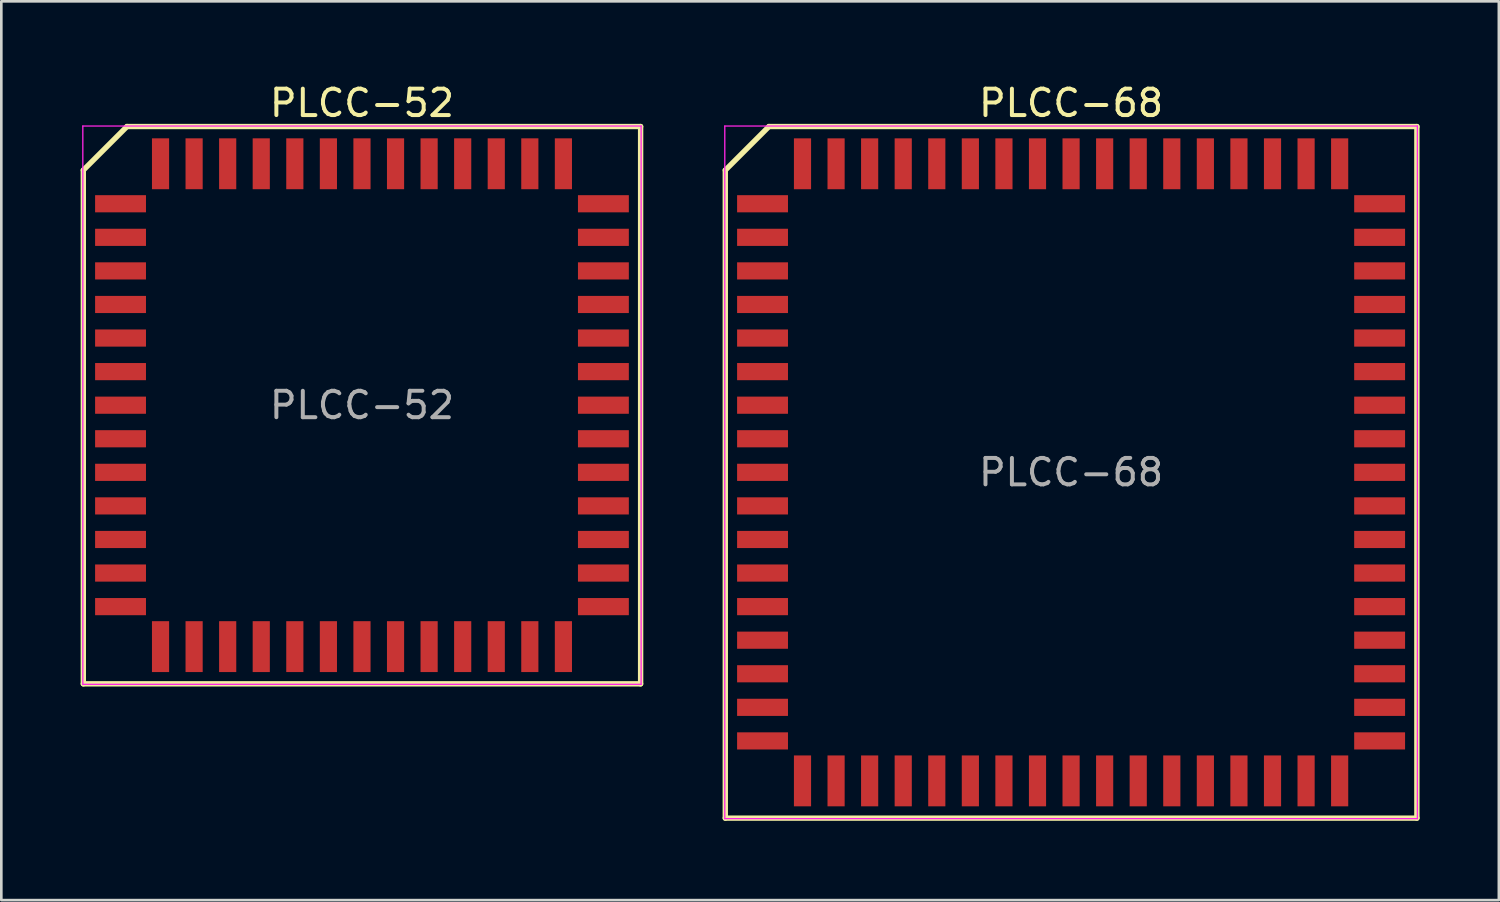
<source format=kicad_pcb>
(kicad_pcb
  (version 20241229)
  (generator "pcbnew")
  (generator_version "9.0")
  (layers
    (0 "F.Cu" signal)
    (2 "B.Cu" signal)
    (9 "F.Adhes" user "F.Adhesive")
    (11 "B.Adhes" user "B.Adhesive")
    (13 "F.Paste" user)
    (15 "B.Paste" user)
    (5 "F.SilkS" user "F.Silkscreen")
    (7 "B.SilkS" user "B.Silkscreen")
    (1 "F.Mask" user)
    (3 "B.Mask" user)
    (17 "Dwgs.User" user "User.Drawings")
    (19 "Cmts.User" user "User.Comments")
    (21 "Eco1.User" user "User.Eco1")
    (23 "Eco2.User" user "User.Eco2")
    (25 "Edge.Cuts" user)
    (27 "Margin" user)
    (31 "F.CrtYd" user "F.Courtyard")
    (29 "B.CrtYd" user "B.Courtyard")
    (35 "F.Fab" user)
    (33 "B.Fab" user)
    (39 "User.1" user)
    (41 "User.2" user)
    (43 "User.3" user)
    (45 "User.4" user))
  (footprint "PLCC-52"
    (layer "F.Cu")
    (at 10.643 12.278)
    (property "Reference" "PLCC-52" (at 0 -11.43 0) (unlocked yes) (layer "F.SilkS") (effects (font (size 1 1) (thickness 0.15))))
    (attr smd)
    (fp_line (start -10.541 -8.89) (end -10.541 10.541) (stroke (width 0.203) (type solid)) (layer "F.SilkS"))
    (fp_line (start -10.541 10.541) (end 10.541 10.541) (stroke (width 0.203) (type solid)) (layer "F.SilkS"))
    (fp_line (start -8.89 -10.541) (end -10.541 -8.89) (stroke (width 0.203) (type solid)) (layer "F.SilkS"))
    (fp_line (start 10.541 -10.541) (end -8.89 -10.541) (stroke (width 0.203) (type solid)) (layer "F.SilkS"))
    (fp_line (start 10.541 10.541) (end 10.541 -10.541) (stroke (width 0.203) (type solid)) (layer "F.SilkS"))
    (fp_line (start -10.56 -10.56) (end -10.56 10.56) (stroke (width 0.05) (type solid)) (layer "F.CrtYd"))
    (fp_line (start -10.56 10.56) (end 10.56 10.56) (stroke (width 0.05) (type solid)) (layer "F.CrtYd"))
    (fp_line (start 10.56 -10.56) (end -10.56 -10.56) (stroke (width 0.05) (type solid)) (layer "F.CrtYd"))
    (fp_line (start 10.56 10.56) (end 10.56 -10.56) (stroke (width 0.05) (type solid)) (layer "F.CrtYd"))
    (fp_text user "${REFERENCE}" (at 0 0 0) (layer "F.Fab") (effects (font (size 1 1) (thickness 0.15))))
    (pad "1" smd rect (at 0 -9.133) (size 0.649 1.925) (layers "F.Cu" "F.Mask" "F.Paste"))
    (pad "2" smd rect (at -1.27 -9.133) (size 0.649 1.925) (layers "F.Cu" "F.Mask" "F.Paste"))
    (pad "3" smd rect (at -2.54 -9.133) (size 0.649 1.925) (layers "F.Cu" "F.Mask" "F.Paste"))
    (pad "4" smd rect (at -3.81 -9.133) (size 0.649 1.925) (layers "F.Cu" "F.Mask" "F.Paste"))
    (pad "5" smd rect (at -5.08 -9.133) (size 0.649 1.925) (layers "F.Cu" "F.Mask" "F.Paste"))
    (pad "6" smd rect (at -6.35 -9.133) (size 0.649 1.925) (layers "F.Cu" "F.Mask" "F.Paste"))
    (pad "7" smd rect (at -7.62 -9.133) (size 0.649 1.925) (layers "F.Cu" "F.Mask" "F.Paste"))
    (pad "8" smd rect (at -9.133 -7.62 90) (size 0.649 1.925) (layers "F.Cu" "F.Mask" "F.Paste"))
    (pad "9" smd rect (at -9.133 -6.35 90) (size 0.649 1.925) (layers "F.Cu" "F.Mask" "F.Paste"))
    (pad "10" smd rect (at -9.133 -5.08 90) (size 0.649 1.925) (layers "F.Cu" "F.Mask" "F.Paste"))
    (pad "11" smd rect (at -9.133 -3.81 90) (size 0.649 1.925) (layers "F.Cu" "F.Mask" "F.Paste"))
    (pad "12" smd rect (at -9.133 -2.54 90) (size 0.649 1.925) (layers "F.Cu" "F.Mask" "F.Paste"))
    (pad "13" smd rect (at -9.133 -1.27 90) (size 0.649 1.925) (layers "F.Cu" "F.Mask" "F.Paste"))
    (pad "14" smd rect (at -9.133 0 90) (size 0.649 1.925) (layers "F.Cu" "F.Mask" "F.Paste"))
    (pad "15" smd rect (at -9.133 1.27 90) (size 0.649 1.925) (layers "F.Cu" "F.Mask" "F.Paste"))
    (pad "16" smd rect (at -9.133 2.54 90) (size 0.649 1.925) (layers "F.Cu" "F.Mask" "F.Paste"))
    (pad "17" smd rect (at -9.133 3.81 90) (size 0.649 1.925) (layers "F.Cu" "F.Mask" "F.Paste"))
    (pad "18" smd rect (at -9.133 5.08 90) (size 0.649 1.925) (layers "F.Cu" "F.Mask" "F.Paste"))
    (pad "19" smd rect (at -9.133 6.35 90) (size 0.649 1.925) (layers "F.Cu" "F.Mask" "F.Paste"))
    (pad "20" smd rect (at -9.133 7.62 90) (size 0.649 1.925) (layers "F.Cu" "F.Mask" "F.Paste"))
    (pad "21" smd rect (at -7.62 9.133) (size 0.649 1.925) (layers "F.Cu" "F.Mask" "F.Paste"))
    (pad "22" smd rect (at -6.35 9.133) (size 0.649 1.925) (layers "F.Cu" "F.Mask" "F.Paste"))
    (pad "23" smd rect (at -5.08 9.133) (size 0.649 1.925) (layers "F.Cu" "F.Mask" "F.Paste"))
    (pad "24" smd rect (at -3.81 9.133) (size 0.649 1.925) (layers "F.Cu" "F.Mask" "F.Paste"))
    (pad "25" smd rect (at -2.54 9.133) (size 0.649 1.925) (layers "F.Cu" "F.Mask" "F.Paste"))
    (pad "26" smd rect (at -1.27 9.133) (size 0.649 1.925) (layers "F.Cu" "F.Mask" "F.Paste"))
    (pad "27" smd rect (at 0 9.133) (size 0.649 1.925) (layers "F.Cu" "F.Mask" "F.Paste"))
    (pad "28" smd rect (at 1.27 9.133) (size 0.649 1.925) (layers "F.Cu" "F.Mask" "F.Paste"))
    (pad "29" smd rect (at 2.54 9.133) (size 0.649 1.925) (layers "F.Cu" "F.Mask" "F.Paste"))
    (pad "30" smd rect (at 3.81 9.133) (size 0.649 1.925) (layers "F.Cu" "F.Mask" "F.Paste"))
    (pad "31" smd rect (at 5.08 9.133) (size 0.649 1.925) (layers "F.Cu" "F.Mask" "F.Paste"))
    (pad "32" smd rect (at 6.35 9.133) (size 0.649 1.925) (layers "F.Cu" "F.Mask" "F.Paste"))
    (pad "33" smd rect (at 7.62 9.133) (size 0.649 1.925) (layers "F.Cu" "F.Mask" "F.Paste"))
    (pad "34" smd rect (at 9.133 7.62 90) (size 0.649 1.925) (layers "F.Cu" "F.Mask" "F.Paste"))
    (pad "35" smd rect (at 9.133 6.35 90) (size 0.649 1.925) (layers "F.Cu" "F.Mask" "F.Paste"))
    (pad "36" smd rect (at 9.133 5.08 90) (size 0.649 1.925) (layers "F.Cu" "F.Mask" "F.Paste"))
    (pad "37" smd rect (at 9.133 3.81 90) (size 0.649 1.925) (layers "F.Cu" "F.Mask" "F.Paste"))
    (pad "38" smd rect (at 9.133 2.54 90) (size 0.649 1.925) (layers "F.Cu" "F.Mask" "F.Paste"))
    (pad "39" smd rect (at 9.133 1.27 90) (size 0.649 1.925) (layers "F.Cu" "F.Mask" "F.Paste"))
    (pad "40" smd rect (at 9.133 0 90) (size 0.649 1.925) (layers "F.Cu" "F.Mask" "F.Paste"))
    (pad "41" smd rect (at 9.133 -1.27 90) (size 0.649 1.925) (layers "F.Cu" "F.Mask" "F.Paste"))
    (pad "42" smd rect (at 9.133 -2.54 90) (size 0.649 1.925) (layers "F.Cu" "F.Mask" "F.Paste"))
    (pad "43" smd rect (at 9.133 -3.81 90) (size 0.649 1.925) (layers "F.Cu" "F.Mask" "F.Paste"))
    (pad "44" smd rect (at 9.133 -5.08 90) (size 0.649 1.925) (layers "F.Cu" "F.Mask" "F.Paste"))
    (pad "45" smd rect (at 9.133 -6.35 90) (size 0.649 1.925) (layers "F.Cu" "F.Mask" "F.Paste"))
    (pad "46" smd rect (at 9.133 -7.62 90) (size 0.649 1.925) (layers "F.Cu" "F.Mask" "F.Paste"))
    (pad "47" smd rect (at 7.62 -9.133) (size 0.649 1.925) (layers "F.Cu" "F.Mask" "F.Paste"))
    (pad "48" smd rect (at 6.35 -9.133) (size 0.649 1.925) (layers "F.Cu" "F.Mask" "F.Paste"))
    (pad "49" smd rect (at 5.08 -9.133) (size 0.649 1.925) (layers "F.Cu" "F.Mask" "F.Paste"))
    (pad "50" smd rect (at 3.81 -9.133) (size 0.649 1.925) (layers "F.Cu" "F.Mask" "F.Paste"))
    (pad "51" smd rect (at 2.54 -9.133) (size 0.649 1.925) (layers "F.Cu" "F.Mask" "F.Paste"))
    (pad "52" smd rect (at 1.27 -9.133) (size 0.649 1.925) (layers "F.Cu" "F.Mask" "F.Paste")))
  (footprint "PLCC-68"
    (layer "F.Cu")
    (at 37.468 14.818)
    (property "Reference" "PLCC-68" (at 0 -13.97 0) (layer "F.SilkS") (effects (font (size 1 1) (thickness 0.15))))
    (attr smd)
    (fp_line (start -13.081 -11.43) (end -13.081 13.081) (stroke (width 0.203) (type solid)) (layer "F.SilkS"))
    (fp_line (start -13.081 13.081) (end 13.081 13.081) (stroke (width 0.203) (type solid)) (layer "F.SilkS"))
    (fp_line (start -11.43 -13.081) (end -13.081 -11.43) (stroke (width 0.203) (type solid)) (layer "F.SilkS"))
    (fp_line (start 13.081 -13.081) (end -11.43 -13.081) (stroke (width 0.203) (type solid)) (layer "F.SilkS"))
    (fp_line (start 13.081 13.081) (end 13.081 -13.081) (stroke (width 0.203) (type solid)) (layer "F.SilkS"))
    (fp_line (start -13.1 -13.1) (end -13.1 13.1) (stroke (width 0.05) (type solid)) (layer "F.CrtYd"))
    (fp_line (start -13.1 13.1) (end 13.1 13.1) (stroke (width 0.05) (type solid)) (layer "F.CrtYd"))
    (fp_line (start 13.1 -13.1) (end -13.1 -13.1) (stroke (width 0.05) (type solid)) (layer "F.CrtYd"))
    (fp_line (start 13.1 13.1) (end 13.1 -13.1) (stroke (width 0.05) (type solid)) (layer "F.CrtYd"))
    (fp_text user "${REFERENCE}" (at 0 0 0) (layer "F.Fab") (effects (font (size 1 1) (thickness 0.15))))
    (pad "1" smd rect (at 0 -11.672) (size 0.649 1.925) (layers "F.Cu" "F.Mask" "F.Paste"))
    (pad "2" smd rect (at -1.27 -11.672) (size 0.649 1.925) (layers "F.Cu" "F.Mask" "F.Paste"))
    (pad "3" smd rect (at -2.54 -11.672) (size 0.649 1.925) (layers "F.Cu" "F.Mask" "F.Paste"))
    (pad "4" smd rect (at -3.81 -11.672) (size 0.649 1.925) (layers "F.Cu" "F.Mask" "F.Paste"))
    (pad "5" smd rect (at -5.08 -11.672) (size 0.649 1.925) (layers "F.Cu" "F.Mask" "F.Paste"))
    (pad "6" smd rect (at -6.35 -11.672) (size 0.649 1.925) (layers "F.Cu" "F.Mask" "F.Paste"))
    (pad "7" smd rect (at -7.62 -11.672) (size 0.649 1.925) (layers "F.Cu" "F.Mask" "F.Paste"))
    (pad "8" smd rect (at -8.89 -11.672) (size 0.649 1.925) (layers "F.Cu" "F.Mask" "F.Paste"))
    (pad "9" smd rect (at -10.16 -11.672) (size 0.649 1.925) (layers "F.Cu" "F.Mask" "F.Paste"))
    (pad "10" smd rect (at -11.672 -10.16 90) (size 0.649 1.925) (layers "F.Cu" "F.Mask" "F.Paste"))
    (pad "11" smd rect (at -11.672 -8.89 90) (size 0.649 1.925) (layers "F.Cu" "F.Mask" "F.Paste"))
    (pad "12" smd rect (at -11.672 -7.62 90) (size 0.649 1.925) (layers "F.Cu" "F.Mask" "F.Paste"))
    (pad "13" smd rect (at -11.672 -6.35 90) (size 0.649 1.925) (layers "F.Cu" "F.Mask" "F.Paste"))
    (pad "14" smd rect (at -11.672 -5.08 90) (size 0.649 1.925) (layers "F.Cu" "F.Mask" "F.Paste"))
    (pad "15" smd rect (at -11.672 -3.81 90) (size 0.649 1.925) (layers "F.Cu" "F.Mask" "F.Paste"))
    (pad "16" smd rect (at -11.672 -2.54 90) (size 0.649 1.925) (layers "F.Cu" "F.Mask" "F.Paste"))
    (pad "17" smd rect (at -11.672 -1.27 90) (size 0.649 1.925) (layers "F.Cu" "F.Mask" "F.Paste"))
    (pad "18" smd rect (at -11.672 0 90) (size 0.649 1.925) (layers "F.Cu" "F.Mask" "F.Paste"))
    (pad "19" smd rect (at -11.672 1.27 90) (size 0.649 1.925) (layers "F.Cu" "F.Mask" "F.Paste"))
    (pad "20" smd rect (at -11.672 2.54 90) (size 0.649 1.925) (layers "F.Cu" "F.Mask" "F.Paste"))
    (pad "21" smd rect (at -11.672 3.81 90) (size 0.649 1.925) (layers "F.Cu" "F.Mask" "F.Paste"))
    (pad "22" smd rect (at -11.672 5.08 90) (size 0.649 1.925) (layers "F.Cu" "F.Mask" "F.Paste"))
    (pad "23" smd rect (at -11.672 6.35 90) (size 0.649 1.925) (layers "F.Cu" "F.Mask" "F.Paste"))
    (pad "24" smd rect (at -11.672 7.62 90) (size 0.649 1.925) (layers "F.Cu" "F.Mask" "F.Paste"))
    (pad "25" smd rect (at -11.672 8.89 90) (size 0.649 1.925) (layers "F.Cu" "F.Mask" "F.Paste"))
    (pad "26" smd rect (at -11.672 10.16 90) (size 0.649 1.925) (layers "F.Cu" "F.Mask" "F.Paste"))
    (pad "27" smd rect (at -10.16 11.672) (size 0.649 1.925) (layers "F.Cu" "F.Mask" "F.Paste"))
    (pad "28" smd rect (at -8.89 11.672) (size 0.649 1.925) (layers "F.Cu" "F.Mask" "F.Paste"))
    (pad "29" smd rect (at -7.62 11.672) (size 0.649 1.925) (layers "F.Cu" "F.Mask" "F.Paste"))
    (pad "30" smd rect (at -6.35 11.672) (size 0.649 1.925) (layers "F.Cu" "F.Mask" "F.Paste"))
    (pad "31" smd rect (at -5.08 11.672) (size 0.649 1.925) (layers "F.Cu" "F.Mask" "F.Paste"))
    (pad "32" smd rect (at -3.81 11.672) (size 0.649 1.925) (layers "F.Cu" "F.Mask" "F.Paste"))
    (pad "33" smd rect (at -2.54 11.672) (size 0.649 1.925) (layers "F.Cu" "F.Mask" "F.Paste"))
    (pad "34" smd rect (at -1.27 11.672) (size 0.649 1.925) (layers "F.Cu" "F.Mask" "F.Paste"))
    (pad "35" smd rect (at 0 11.672) (size 0.649 1.925) (layers "F.Cu" "F.Mask" "F.Paste"))
    (pad "36" smd rect (at 1.27 11.672) (size 0.649 1.925) (layers "F.Cu" "F.Mask" "F.Paste"))
    (pad "37" smd rect (at 2.54 11.672) (size 0.649 1.925) (layers "F.Cu" "F.Mask" "F.Paste"))
    (pad "38" smd rect (at 3.81 11.672) (size 0.649 1.925) (layers "F.Cu" "F.Mask" "F.Paste"))
    (pad "39" smd rect (at 5.08 11.672) (size 0.649 1.925) (layers "F.Cu" "F.Mask" "F.Paste"))
    (pad "40" smd rect (at 6.35 11.672) (size 0.649 1.925) (layers "F.Cu" "F.Mask" "F.Paste"))
    (pad "41" smd rect (at 7.62 11.672) (size 0.649 1.925) (layers "F.Cu" "F.Mask" "F.Paste"))
    (pad "42" smd rect (at 8.89 11.672) (size 0.649 1.925) (layers "F.Cu" "F.Mask" "F.Paste"))
    (pad "43" smd rect (at 10.16 11.672) (size 0.649 1.925) (layers "F.Cu" "F.Mask" "F.Paste"))
    (pad "44" smd rect (at 11.672 10.16 90) (size 0.649 1.925) (layers "F.Cu" "F.Mask" "F.Paste"))
    (pad "45" smd rect (at 11.672 8.89 90) (size 0.649 1.925) (layers "F.Cu" "F.Mask" "F.Paste"))
    (pad "46" smd rect (at 11.672 7.62 90) (size 0.649 1.925) (layers "F.Cu" "F.Mask" "F.Paste"))
    (pad "47" smd rect (at 11.672 6.35 90) (size 0.649 1.925) (layers "F.Cu" "F.Mask" "F.Paste"))
    (pad "48" smd rect (at 11.672 5.08 90) (size 0.649 1.925) (layers "F.Cu" "F.Mask" "F.Paste"))
    (pad "49" smd rect (at 11.672 3.81 90) (size 0.649 1.925) (layers "F.Cu" "F.Mask" "F.Paste"))
    (pad "50" smd rect (at 11.672 2.54 90) (size 0.649 1.925) (layers "F.Cu" "F.Mask" "F.Paste"))
    (pad "51" smd rect (at 11.672 1.27 90) (size 0.649 1.925) (layers "F.Cu" "F.Mask" "F.Paste"))
    (pad "52" smd rect (at 11.672 0 90) (size 0.649 1.925) (layers "F.Cu" "F.Mask" "F.Paste"))
    (pad "53" smd rect (at 11.672 -1.27 90) (size 0.649 1.925) (layers "F.Cu" "F.Mask" "F.Paste"))
    (pad "54" smd rect (at 11.672 -2.54 90) (size 0.649 1.925) (layers "F.Cu" "F.Mask" "F.Paste"))
    (pad "55" smd rect (at 11.672 -3.81 90) (size 0.649 1.925) (layers "F.Cu" "F.Mask" "F.Paste"))
    (pad "56" smd rect (at 11.672 -5.08 90) (size 0.649 1.925) (layers "F.Cu" "F.Mask" "F.Paste"))
    (pad "57" smd rect (at 11.672 -6.35 90) (size 0.649 1.925) (layers "F.Cu" "F.Mask" "F.Paste"))
    (pad "58" smd rect (at 11.672 -7.62 90) (size 0.649 1.925) (layers "F.Cu" "F.Mask" "F.Paste"))
    (pad "59" smd rect (at 11.672 -8.89 90) (size 0.649 1.925) (layers "F.Cu" "F.Mask" "F.Paste"))
    (pad "60" smd rect (at 11.672 -10.16 90) (size 0.649 1.925) (layers "F.Cu" "F.Mask" "F.Paste"))
    (pad "61" smd rect (at 10.16 -11.672) (size 0.649 1.925) (layers "F.Cu" "F.Mask" "F.Paste"))
    (pad "62" smd rect (at 8.89 -11.672) (size 0.649 1.925) (layers "F.Cu" "F.Mask" "F.Paste"))
    (pad "63" smd rect (at 7.62 -11.672) (size 0.649 1.925) (layers "F.Cu" "F.Mask" "F.Paste"))
    (pad "64" smd rect (at 6.35 -11.672) (size 0.649 1.925) (layers "F.Cu" "F.Mask" "F.Paste"))
    (pad "65" smd rect (at 5.08 -11.672) (size 0.649 1.925) (layers "F.Cu" "F.Mask" "F.Paste"))
    (pad "66" smd rect (at 3.81 -11.672) (size 0.649 1.925) (layers "F.Cu" "F.Mask" "F.Paste"))
    (pad "67" smd rect (at 2.54 -11.672) (size 0.649 1.925) (layers "F.Cu" "F.Mask" "F.Paste"))
    (pad "68" smd rect (at 1.27 -11.672) (size 0.649 1.925) (layers "F.Cu" "F.Mask" "F.Paste")))
  (gr_rect
    (start -3 -3)
    (end 53.65 31.001)
    (stroke (width 0.1) (type default))
    (fill no)
    (layer "Edge.Cuts")))
</source>
